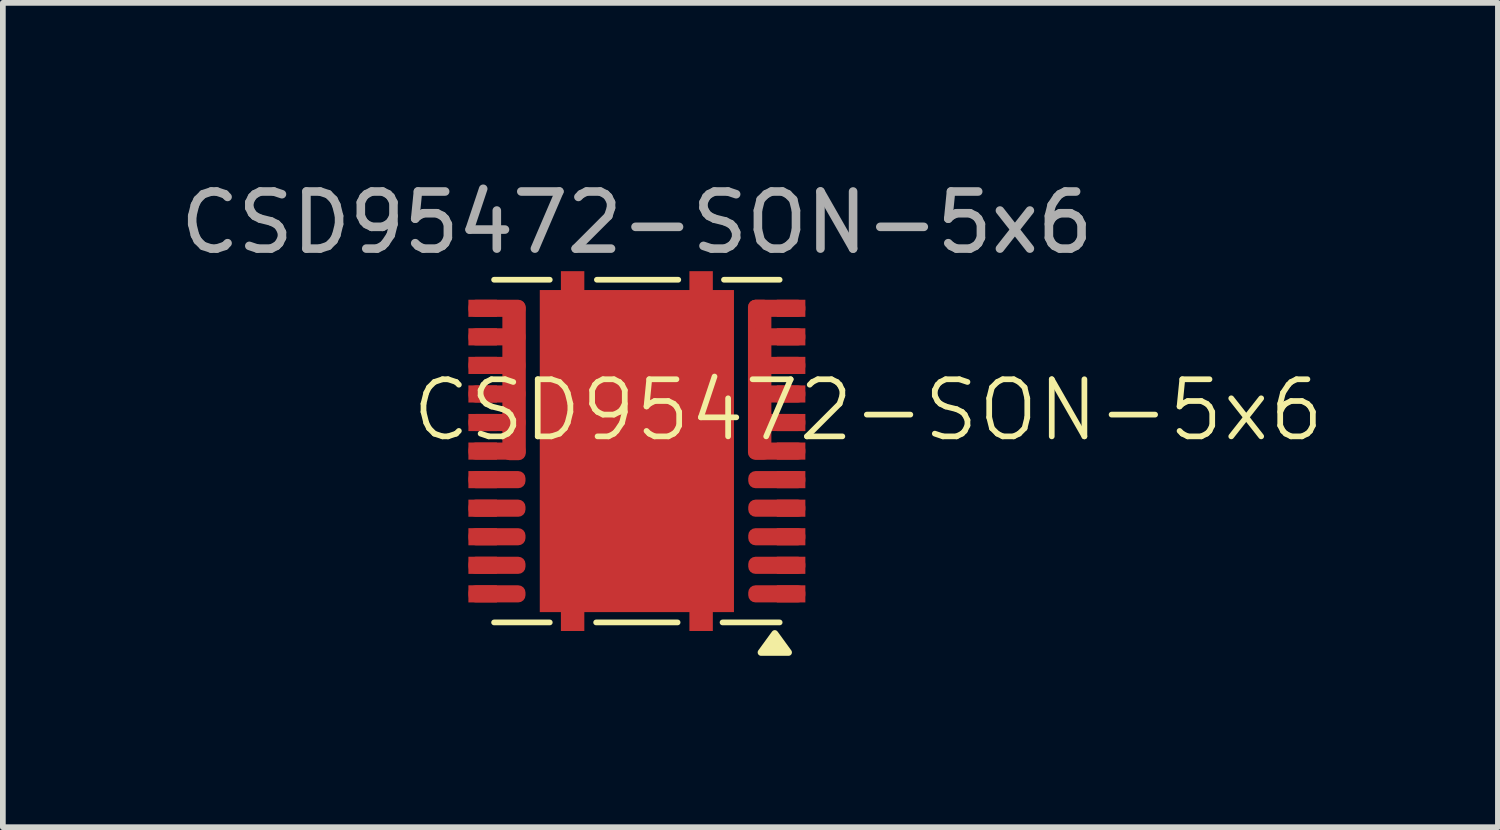
<source format=kicad_pcb>
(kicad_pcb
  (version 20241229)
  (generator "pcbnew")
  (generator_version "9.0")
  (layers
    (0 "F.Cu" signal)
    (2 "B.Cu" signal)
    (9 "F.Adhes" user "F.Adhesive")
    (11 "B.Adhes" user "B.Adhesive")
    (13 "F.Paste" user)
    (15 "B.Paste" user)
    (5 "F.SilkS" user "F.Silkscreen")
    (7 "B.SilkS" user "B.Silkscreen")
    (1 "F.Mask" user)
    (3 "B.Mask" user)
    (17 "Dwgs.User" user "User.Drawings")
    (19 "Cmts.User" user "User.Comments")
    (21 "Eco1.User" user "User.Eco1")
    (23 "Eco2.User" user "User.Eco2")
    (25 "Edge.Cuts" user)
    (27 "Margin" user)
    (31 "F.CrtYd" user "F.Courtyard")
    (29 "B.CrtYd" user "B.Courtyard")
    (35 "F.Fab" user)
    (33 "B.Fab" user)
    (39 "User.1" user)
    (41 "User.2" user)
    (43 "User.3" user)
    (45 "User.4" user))
  (footprint "CSD95472-SON-5x6"
    (layer "F.Cu")
    (at 8.101 4.848)
    (property "Reference" "CSD95472-SON-5x6" (at 4.05 -0.715 0) (unlocked yes) (layer "F.SilkS") (effects (font (size 1 1) (thickness 0.1))))
    (attr smd)
    (fp_line (start -2.5 3) (end -1.525 3) (stroke (width 0.1) (type default)) (layer "F.SilkS"))
    (fp_line (start -1.525 -3) (end -2.5 -3) (stroke (width 0.1) (type default)) (layer "F.SilkS"))
    (fp_line (start 0.713 3) (end -0.713 3) (stroke (width 0.1) (type default)) (layer "F.SilkS"))
    (fp_line (start 0.725 -3) (end -0.7 -3) (stroke (width 0.1) (type default)) (layer "F.SilkS"))
    (fp_line (start 1.5 3) (end 2.5 3) (stroke (width 0.1) (type default)) (layer "F.SilkS"))
    (fp_line (start 2.5 -3) (end 1.525 -3) (stroke (width 0.1) (type default)) (layer "F.SilkS"))
    (fp_poly (pts (xy 2.415 3.195) (xy 2.655 3.525) (xy 2.175 3.525) (xy 2.415 3.195)) (stroke (width 0.12) (type solid)) (fill yes) (layer "F.SilkS"))
    (fp_rect (start -1.4 -2.44) (end -0.15 -1.445) (stroke (width 0) (type solid)) (fill yes) (layer "F.Paste"))
    (fp_rect (start -1.4 -1.145) (end -0.15 -0.15) (stroke (width 0) (type solid)) (fill yes) (layer "F.Paste"))
    (fp_rect (start -1.4 0.15) (end -0.15 1.145) (stroke (width 0) (type solid)) (fill yes) (layer "F.Paste"))
    (fp_rect (start -1.4 1.445) (end -0.15 2.44) (stroke (width 0) (type solid)) (fill yes) (layer "F.Paste"))
    (fp_rect (start -1.26 2.74) (end -1.01 3.051) (stroke (width 0) (type solid)) (fill yes) (layer "F.Paste"))
    (fp_rect (start -1.25 -3.051) (end -1 -2.74) (stroke (width 0) (type solid)) (fill yes) (layer "F.Paste"))
    (fp_rect (start 0.15 -1.145) (end 1.4 -0.15) (stroke (width 0) (type solid)) (fill yes) (layer "F.Paste"))
    (fp_rect (start 0.15 0.15) (end 1.4 1.145) (stroke (width 0) (type solid)) (fill yes) (layer "F.Paste"))
    (fp_rect (start 0.15 1.445) (end 1.4 2.44) (stroke (width 0) (type solid)) (fill yes) (layer "F.Paste"))
    (fp_rect (start 0.16 -2.44) (end 1.41 -1.445) (stroke (width 0) (type solid)) (fill yes) (layer "F.Paste"))
    (fp_rect (start 1 -3.051) (end 1.25 -2.74) (stroke (width 0) (type solid)) (fill yes) (layer "F.Paste"))
    (fp_rect (start 1 2.74) (end 1.25 3.051) (stroke (width 0) (type solid)) (fill yes) (layer "F.Paste"))
    (fp_text user "${REFERENCE}" (at 0 -4 0) (unlocked yes) (layer "F.Fab") (effects (font (size 1 1) (thickness 0.15))))
    (pad "1" smd roundrect (at 2.45 2.5 180) (size 1 0.3) (layers "F.Cu" "F.Mask" "F.Paste") (roundrect_rratio 0.423))
    (pad "1" smd rect (at 2.7 2.5 180) (size 0.5 0.3) (layers "F.Cu" "F.Mask" "F.Paste"))
    (pad "2" smd roundrect (at 2.45 2 180) (size 1 0.3) (layers "F.Cu" "F.Mask" "F.Paste") (roundrect_rratio 0.423))
    (pad "2" smd rect (at 2.7 2 180) (size 0.5 0.3) (layers "F.Cu" "F.Mask" "F.Paste"))
    (pad "3" smd roundrect (at 2.45 1.5 180) (size 1 0.3) (layers "F.Cu" "F.Mask" "F.Paste") (roundrect_rratio 0.423))
    (pad "3" smd rect (at 2.7 1.5 180) (size 0.5 0.3) (layers "F.Cu" "F.Mask" "F.Paste"))
    (pad "4" smd roundrect (at 2.45 1 180) (size 1 0.3) (layers "F.Cu" "F.Mask" "F.Paste") (roundrect_rratio 0.423))
    (pad "4" smd rect (at 2.7 1 180) (size 0.5 0.3) (layers "F.Cu" "F.Mask" "F.Paste"))
    (pad "5" smd roundrect (at 2.45 0.5 180) (size 1 0.3) (layers "F.Cu" "F.Mask" "F.Paste") (roundrect_rratio 0.423))
    (pad "5" smd rect (at 2.7 0.5 180) (size 0.5 0.3) (layers "F.Cu" "F.Mask" "F.Paste"))
    (pad "6" smd roundrect (at 2.15 -1.25 180) (size 0.41 2.8) (layers "F.Cu" "F.Mask" "F.Paste") (roundrect_rratio 0.31))
    (pad "6" smd roundrect (at 2.45 -2.5 180) (size 1 0.3) (layers "F.Cu" "F.Mask" "F.Paste") (roundrect_rratio 0.423))
    (pad "6" smd roundrect (at 2.45 -2 180) (size 1 0.3) (layers "F.Cu" "F.Mask" "F.Paste") (roundrect_rratio 0.423))
    (pad "6" smd roundrect (at 2.45 -1.5 180) (size 1 0.3) (layers "F.Cu" "F.Mask" "F.Paste") (roundrect_rratio 0.423))
    (pad "6" smd roundrect (at 2.45 -1 180) (size 1 0.3) (layers "F.Cu" "F.Mask" "F.Paste") (roundrect_rratio 0.423))
    (pad "6" smd roundrect (at 2.45 -0.5 180) (size 1 0.3) (layers "F.Cu" "F.Mask" "F.Paste") (roundrect_rratio 0.423))
    (pad "6" smd roundrect (at 2.45 0 180) (size 1 0.3) (layers "F.Cu" "F.Mask" "F.Paste") (roundrect_rratio 0.423))
    (pad "6" smd rect (at 2.7 -2.5 180) (size 0.5 0.3) (layers "F.Cu" "F.Mask" "F.Paste"))
    (pad "6" smd rect (at 2.7 -2 180) (size 0.5 0.3) (layers "F.Cu" "F.Mask" "F.Paste"))
    (pad "6" smd rect (at 2.7 -1.5 180) (size 0.5 0.3) (layers "F.Cu" "F.Mask" "F.Paste"))
    (pad "6" smd rect (at 2.7 -1 180) (size 0.5 0.3) (layers "F.Cu" "F.Mask" "F.Paste"))
    (pad "6" smd rect (at 2.7 -0.5 180) (size 0.5 0.3) (layers "F.Cu" "F.Mask" "F.Paste"))
    (pad "6" smd rect (at 2.7 0 180) (size 0.5 0.3) (layers "F.Cu" "F.Mask" "F.Paste"))
    (pad "7" smd rect (at -2.7 -2.5) (size 0.5 0.3) (layers "F.Cu" "F.Mask" "F.Paste"))
    (pad "7" smd rect (at -2.7 -2) (size 0.5 0.3) (layers "F.Cu" "F.Mask" "F.Paste"))
    (pad "7" smd rect (at -2.7 -1.5) (size 0.5 0.3) (layers "F.Cu" "F.Mask" "F.Paste"))
    (pad "7" smd rect (at -2.7 -1) (size 0.5 0.3) (layers "F.Cu" "F.Mask" "F.Paste"))
    (pad "7" smd rect (at -2.7 -0.5) (size 0.5 0.3) (layers "F.Cu" "F.Mask" "F.Paste"))
    (pad "7" smd rect (at -2.7 0) (size 0.5 0.3) (layers "F.Cu" "F.Mask" "F.Paste"))
    (pad "7" smd roundrect (at -2.45 -2.5) (size 1 0.3) (layers "F.Cu" "F.Mask" "F.Paste") (roundrect_rratio 0.423))
    (pad "7" smd roundrect (at -2.45 -2) (size 1 0.3) (layers "F.Cu" "F.Mask" "F.Paste") (roundrect_rratio 0.423))
    (pad "7" smd roundrect (at -2.45 -1.5) (size 1 0.3) (layers "F.Cu" "F.Mask" "F.Paste") (roundrect_rratio 0.423))
    (pad "7" smd roundrect (at -2.45 -1) (size 1 0.3) (layers "F.Cu" "F.Mask" "F.Paste") (roundrect_rratio 0.423))
    (pad "7" smd roundrect (at -2.45 -0.5) (size 1 0.3) (layers "F.Cu" "F.Mask" "F.Paste") (roundrect_rratio 0.423))
    (pad "7" smd roundrect (at -2.45 0) (size 1 0.3) (layers "F.Cu" "F.Mask" "F.Paste") (roundrect_rratio 0.423))
    (pad "7" smd roundrect (at -2.15 -1.24 180) (size 0.41 2.8) (layers "F.Cu" "F.Mask" "F.Paste") (roundrect_rratio 0.31))
    (pad "8" smd rect (at -2.7 0.5) (size 0.5 0.3) (layers "F.Cu" "F.Mask" "F.Paste"))
    (pad "8" smd roundrect (at -2.45 0.5) (size 1 0.3) (layers "F.Cu" "F.Mask" "F.Paste") (roundrect_rratio 0.423))
    (pad "9" smd rect (at -2.7 1) (size 0.5 0.3) (layers "F.Cu" "F.Mask" "F.Paste"))
    (pad "9" smd roundrect (at -2.45 1) (size 1 0.3) (layers "F.Cu" "F.Mask" "F.Paste") (roundrect_rratio 0.423))
    (pad "10" smd rect (at -2.7 1.5) (size 0.5 0.3) (layers "F.Cu" "F.Mask" "F.Paste"))
    (pad "10" smd roundrect (at -2.45 1.5) (size 1 0.3) (layers "F.Cu" "F.Mask" "F.Paste") (roundrect_rratio 0.423))
    (pad "11" smd rect (at -2.7 2) (size 0.5 0.3) (layers "F.Cu" "F.Mask" "F.Paste"))
    (pad "11" smd roundrect (at -2.45 2) (size 1 0.3) (layers "F.Cu" "F.Mask" "F.Paste") (roundrect_rratio 0.423))
    (pad "12" smd rect (at -2.7 2.5) (size 0.5 0.3) (layers "F.Cu" "F.Mask" "F.Paste"))
    (pad "12" smd roundrect (at -2.45 2.5) (size 1 0.3) (layers "F.Cu" "F.Mask" "F.Paste") (roundrect_rratio 0.423))
    (pad "13" smd rect (at -1.125 0) (size 0.41 6.3) (layers "F.Cu" "F.Mask"))
    (pad "13" smd rect (at 0 0) (size 3.4 5.639) (layers "F.Cu" "F.Mask"))
    (pad "13" smd rect (at 1.125 0) (size 0.41 6.3) (layers "F.Cu" "F.Mask")))
  (gr_rect
    (start -3 -3)
    (end 23.177 11.433)
    (stroke (width 0.1) (type default))
    (fill no)
    (layer "Edge.Cuts")))
</source>
